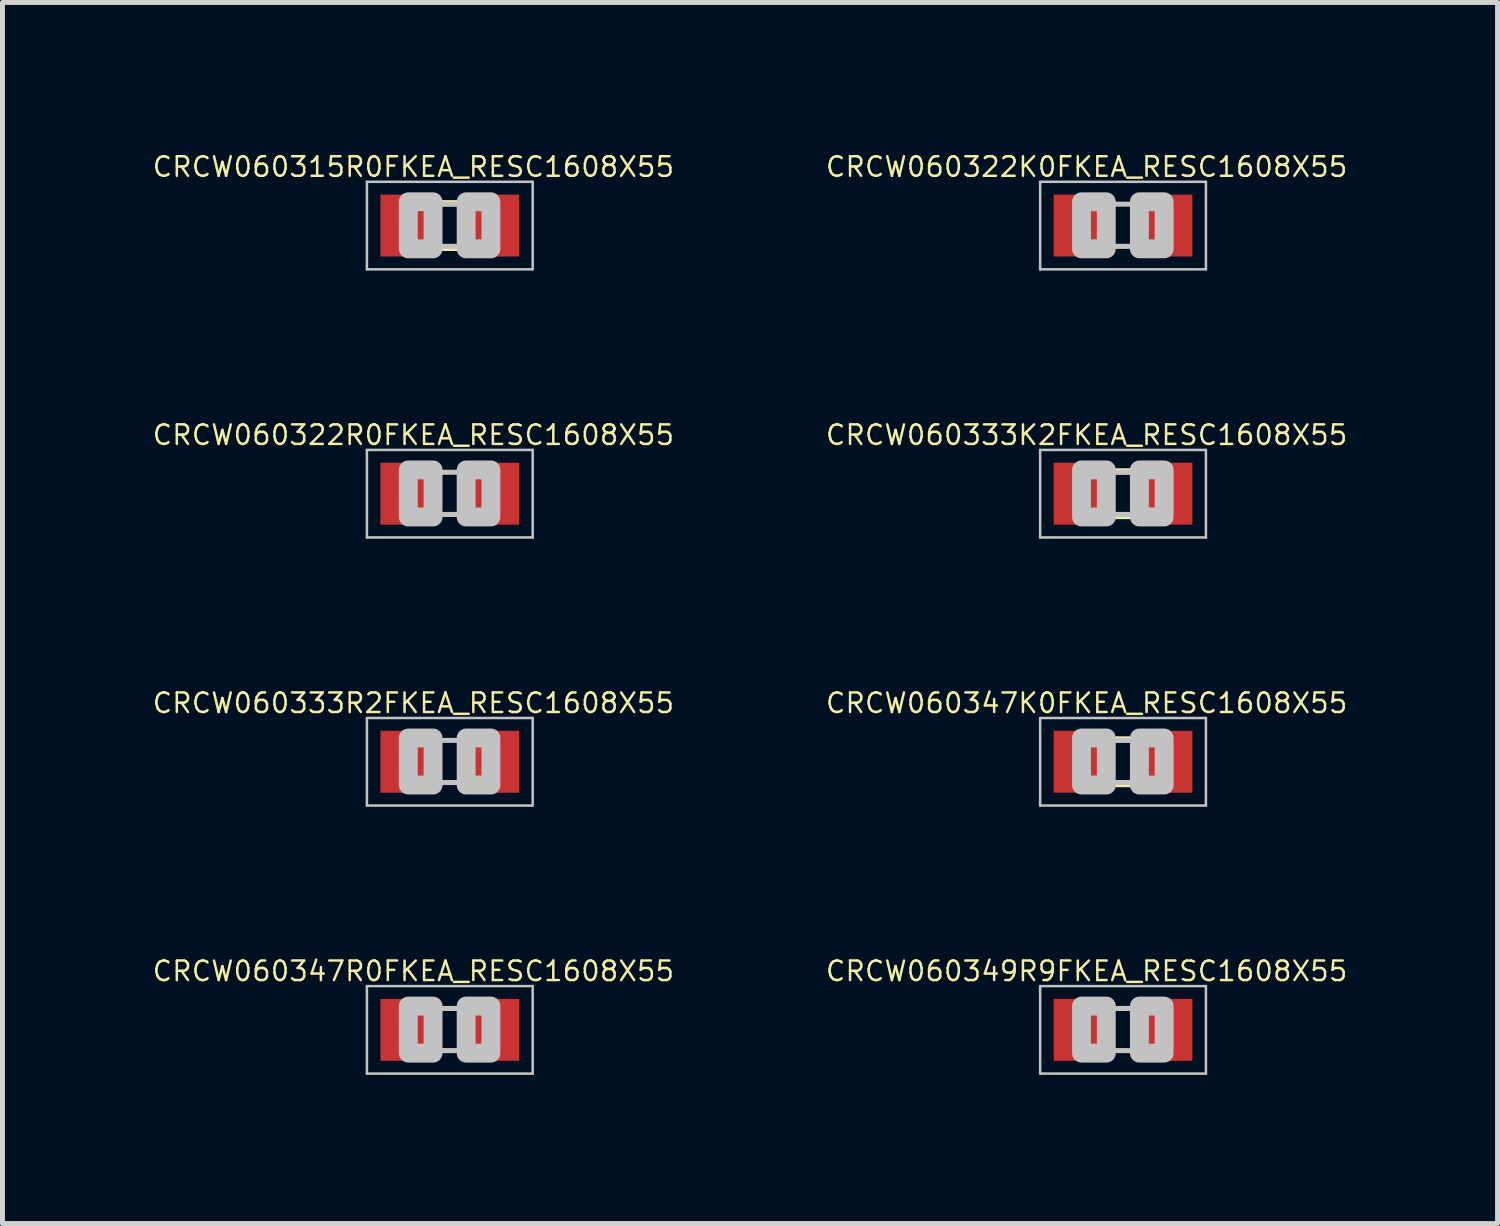
<source format=kicad_pcb>
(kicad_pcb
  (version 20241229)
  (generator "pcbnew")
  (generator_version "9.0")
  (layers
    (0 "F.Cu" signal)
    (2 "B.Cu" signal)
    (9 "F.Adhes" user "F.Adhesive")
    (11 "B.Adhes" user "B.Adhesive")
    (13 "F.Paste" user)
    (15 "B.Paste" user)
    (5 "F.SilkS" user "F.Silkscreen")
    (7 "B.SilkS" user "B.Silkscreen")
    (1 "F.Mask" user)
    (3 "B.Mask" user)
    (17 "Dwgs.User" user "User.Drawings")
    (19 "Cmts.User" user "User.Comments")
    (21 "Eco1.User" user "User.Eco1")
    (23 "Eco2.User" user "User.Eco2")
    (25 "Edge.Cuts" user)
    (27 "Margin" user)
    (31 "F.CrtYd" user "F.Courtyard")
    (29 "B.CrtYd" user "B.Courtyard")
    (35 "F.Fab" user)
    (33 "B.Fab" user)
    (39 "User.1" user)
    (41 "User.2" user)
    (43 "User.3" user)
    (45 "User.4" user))
  (footprint "CRCW060347K0FKEA_RESC1608X55"
    (layer "F.Cu")
    (at 19.618 12.326)
    (property "Reference" "CRCW060347K0FKEA_RESC1608X55" (at -0.735 -1.185 0) (layer "F.SilkS") (effects (font (size 0.394 0.394) (thickness 0.05))))
    (attr smd)
    (fp_line (start -0.15 -0.45) (end 0.15 -0.45) (stroke (width 0.127) (type solid)) (layer "F.SilkS"))
    (fp_line (start -0.15 0.45) (end 0.15 0.45) (stroke (width 0.127) (type solid)) (layer "F.SilkS"))
    (fp_line (start -1.673 -0.883) (end 1.673 -0.883) (stroke (width 0.051) (type solid)) (layer "Dwgs.User"))
    (fp_line (start -1.673 0.883) (end -1.673 -0.883) (stroke (width 0.051) (type solid)) (layer "Dwgs.User"))
    (fp_line (start -0.356 -0.432) (end 0.356 -0.432) (stroke (width 0.102) (type solid)) (layer "Dwgs.User"))
    (fp_line (start -0.356 0.419) (end 0.356 0.419) (stroke (width 0.102) (type solid)) (layer "Dwgs.User"))
    (fp_line (start 1.673 -0.883) (end 1.673 0.883) (stroke (width 0.051) (type solid)) (layer "Dwgs.User"))
    (fp_line (start 1.673 0.883) (end -1.673 0.883) (stroke (width 0.051) (type solid)) (layer "Dwgs.User"))
    (fp_poly (pts (xy -0.838 -0.48) (xy -0.338 -0.48) (xy -0.338 0.47) (xy -0.838 0.47)) (stroke (width 0.381) (type solid)) (fill no) (layer "Dwgs.User"))
    (fp_poly (pts (xy 0.33 -0.48) (xy 0.83 -0.48) (xy 0.83 0.47) (xy 0.33 0.47)) (stroke (width 0.381) (type solid)) (fill no) (layer "Dwgs.User"))
    (pad "1" smd rect (at -0.85 0) (size 1.1 1.25) (layers "F.Cu" "F.Mask" "F.Paste"))
    (pad "2" smd rect (at 0.85 0) (size 1.1 1.25) (layers "F.Cu" "F.Mask" "F.Paste")))
  (footprint "CRCW060333R2FKEA_RESC1608X55"
    (layer "F.Cu")
    (at 6.029 12.326)
    (property "Reference" "CRCW060333R2FKEA_RESC1608X55" (at -0.735 -1.185 0) (layer "F.SilkS") (effects (font (size 0.394 0.394) (thickness 0.05))))
    (attr smd)
    (fp_line (start -1.673 -0.883) (end 1.673 -0.883) (stroke (width 0.051) (type solid)) (layer "Dwgs.User"))
    (fp_line (start -1.673 0.883) (end -1.673 -0.883) (stroke (width 0.051) (type solid)) (layer "Dwgs.User"))
    (fp_line (start -0.356 -0.432) (end 0.356 -0.432) (stroke (width 0.102) (type solid)) (layer "Dwgs.User"))
    (fp_line (start -0.356 0.419) (end 0.356 0.419) (stroke (width 0.102) (type solid)) (layer "Dwgs.User"))
    (fp_line (start 1.673 -0.883) (end 1.673 0.883) (stroke (width 0.051) (type solid)) (layer "Dwgs.User"))
    (fp_line (start 1.673 0.883) (end -1.673 0.883) (stroke (width 0.051) (type solid)) (layer "Dwgs.User"))
    (fp_poly (pts (xy -0.838 -0.48) (xy -0.338 -0.48) (xy -0.338 0.47) (xy -0.838 0.47)) (stroke (width 0.381) (type solid)) (fill no) (layer "Dwgs.User"))
    (fp_poly (pts (xy 0.33 -0.48) (xy 0.83 -0.48) (xy 0.83 0.47) (xy 0.33 0.47)) (stroke (width 0.381) (type solid)) (fill no) (layer "Dwgs.User"))
    (pad "1" smd rect (at -0.85 0) (size 1.1 1.25) (layers "F.Cu" "F.Mask" "F.Paste"))
    (pad "2" smd rect (at 0.85 0) (size 1.1 1.25) (layers "F.Cu" "F.Mask" "F.Paste")))
  (footprint "CRCW060333K2FKEA_RESC1608X55"
    (layer "F.Cu")
    (at 19.618 6.915)
    (property "Reference" "CRCW060333K2FKEA_RESC1608X55" (at -0.735 -1.185 0) (layer "F.SilkS") (effects (font (size 0.394 0.394) (thickness 0.05))))
    (attr smd)
    (fp_line (start -0.15 -0.45) (end 0.15 -0.45) (stroke (width 0.127) (type solid)) (layer "F.SilkS"))
    (fp_line (start -0.15 0.45) (end 0.15 0.45) (stroke (width 0.127) (type solid)) (layer "F.SilkS"))
    (fp_line (start -1.673 -0.883) (end 1.673 -0.883) (stroke (width 0.051) (type solid)) (layer "Dwgs.User"))
    (fp_line (start -1.673 0.883) (end -1.673 -0.883) (stroke (width 0.051) (type solid)) (layer "Dwgs.User"))
    (fp_line (start -0.356 -0.432) (end 0.356 -0.432) (stroke (width 0.102) (type solid)) (layer "Dwgs.User"))
    (fp_line (start -0.356 0.419) (end 0.356 0.419) (stroke (width 0.102) (type solid)) (layer "Dwgs.User"))
    (fp_line (start 1.673 -0.883) (end 1.673 0.883) (stroke (width 0.051) (type solid)) (layer "Dwgs.User"))
    (fp_line (start 1.673 0.883) (end -1.673 0.883) (stroke (width 0.051) (type solid)) (layer "Dwgs.User"))
    (fp_poly (pts (xy -0.838 -0.48) (xy -0.338 -0.48) (xy -0.338 0.47) (xy -0.838 0.47)) (stroke (width 0.381) (type solid)) (fill no) (layer "Dwgs.User"))
    (fp_poly (pts (xy 0.33 -0.48) (xy 0.83 -0.48) (xy 0.83 0.47) (xy 0.33 0.47)) (stroke (width 0.381) (type solid)) (fill no) (layer "Dwgs.User"))
    (pad "1" smd rect (at -0.85 0) (size 1.1 1.25) (layers "F.Cu" "F.Mask" "F.Paste"))
    (pad "2" smd rect (at 0.85 0) (size 1.1 1.25) (layers "F.Cu" "F.Mask" "F.Paste")))
  (footprint "CRCW060347R0FKEA_RESC1608X55"
    (layer "F.Cu")
    (at 6.029 17.737)
    (property "Reference" "CRCW060347R0FKEA_RESC1608X55" (at -0.735 -1.185 0) (layer "F.SilkS") (effects (font (size 0.394 0.394) (thickness 0.05))))
    (attr smd)
    (fp_line (start -1.673 -0.883) (end 1.673 -0.883) (stroke (width 0.051) (type solid)) (layer "Dwgs.User"))
    (fp_line (start -1.673 0.883) (end -1.673 -0.883) (stroke (width 0.051) (type solid)) (layer "Dwgs.User"))
    (fp_line (start -0.356 -0.432) (end 0.356 -0.432) (stroke (width 0.102) (type solid)) (layer "Dwgs.User"))
    (fp_line (start -0.356 0.419) (end 0.356 0.419) (stroke (width 0.102) (type solid)) (layer "Dwgs.User"))
    (fp_line (start 1.673 -0.883) (end 1.673 0.883) (stroke (width 0.051) (type solid)) (layer "Dwgs.User"))
    (fp_line (start 1.673 0.883) (end -1.673 0.883) (stroke (width 0.051) (type solid)) (layer "Dwgs.User"))
    (fp_poly (pts (xy -0.838 -0.48) (xy -0.338 -0.48) (xy -0.338 0.47) (xy -0.838 0.47)) (stroke (width 0.381) (type solid)) (fill no) (layer "Dwgs.User"))
    (fp_poly (pts (xy 0.33 -0.48) (xy 0.83 -0.48) (xy 0.83 0.47) (xy 0.33 0.47)) (stroke (width 0.381) (type solid)) (fill no) (layer "Dwgs.User"))
    (pad "1" smd rect (at -0.85 0) (size 1.1 1.25) (layers "F.Cu" "F.Mask" "F.Paste"))
    (pad "2" smd rect (at 0.85 0) (size 1.1 1.25) (layers "F.Cu" "F.Mask" "F.Paste")))
  (footprint "CRCW060349R9FKEA_RESC1608X55"
    (layer "F.Cu")
    (at 19.618 17.737)
    (property "Reference" "CRCW060349R9FKEA_RESC1608X55" (at -0.735 -1.185 0) (layer "F.SilkS") (effects (font (size 0.394 0.394) (thickness 0.05))))
    (attr smd)
    (fp_line (start -1.673 -0.883) (end 1.673 -0.883) (stroke (width 0.051) (type solid)) (layer "Dwgs.User"))
    (fp_line (start -1.673 0.883) (end -1.673 -0.883) (stroke (width 0.051) (type solid)) (layer "Dwgs.User"))
    (fp_line (start -0.356 -0.432) (end 0.356 -0.432) (stroke (width 0.102) (type solid)) (layer "Dwgs.User"))
    (fp_line (start -0.356 0.419) (end 0.356 0.419) (stroke (width 0.102) (type solid)) (layer "Dwgs.User"))
    (fp_line (start 1.673 -0.883) (end 1.673 0.883) (stroke (width 0.051) (type solid)) (layer "Dwgs.User"))
    (fp_line (start 1.673 0.883) (end -1.673 0.883) (stroke (width 0.051) (type solid)) (layer "Dwgs.User"))
    (fp_poly (pts (xy -0.838 -0.48) (xy -0.338 -0.48) (xy -0.338 0.47) (xy -0.838 0.47)) (stroke (width 0.381) (type solid)) (fill no) (layer "Dwgs.User"))
    (fp_poly (pts (xy 0.33 -0.48) (xy 0.83 -0.48) (xy 0.83 0.47) (xy 0.33 0.47)) (stroke (width 0.381) (type solid)) (fill no) (layer "Dwgs.User"))
    (pad "1" smd rect (at -0.85 0) (size 1.1 1.25) (layers "F.Cu" "F.Mask" "F.Paste"))
    (pad "2" smd rect (at 0.85 0) (size 1.1 1.25) (layers "F.Cu" "F.Mask" "F.Paste")))
  (footprint "CRCW060315R0FKEA_RESC1608X55"
    (layer "F.Cu")
    (at 6.029 1.503)
    (property "Reference" "CRCW060315R0FKEA_RESC1608X55" (at -0.735 -1.185 0) (layer "F.SilkS") (effects (font (size 0.394 0.394) (thickness 0.05))))
    (attr smd)
    (fp_line (start -0.15 -0.45) (end 0.15 -0.45) (stroke (width 0.127) (type solid)) (layer "F.SilkS"))
    (fp_line (start -0.15 0.45) (end 0.15 0.45) (stroke (width 0.127) (type solid)) (layer "F.SilkS"))
    (fp_line (start -1.673 -0.883) (end 1.673 -0.883) (stroke (width 0.051) (type solid)) (layer "Dwgs.User"))
    (fp_line (start -1.673 0.883) (end -1.673 -0.883) (stroke (width 0.051) (type solid)) (layer "Dwgs.User"))
    (fp_line (start -0.356 -0.432) (end 0.356 -0.432) (stroke (width 0.102) (type solid)) (layer "Dwgs.User"))
    (fp_line (start -0.356 0.419) (end 0.356 0.419) (stroke (width 0.102) (type solid)) (layer "Dwgs.User"))
    (fp_line (start 1.673 -0.883) (end 1.673 0.883) (stroke (width 0.051) (type solid)) (layer "Dwgs.User"))
    (fp_line (start 1.673 0.883) (end -1.673 0.883) (stroke (width 0.051) (type solid)) (layer "Dwgs.User"))
    (fp_poly (pts (xy -0.838 -0.48) (xy -0.338 -0.48) (xy -0.338 0.47) (xy -0.838 0.47)) (stroke (width 0.381) (type solid)) (fill no) (layer "Dwgs.User"))
    (fp_poly (pts (xy 0.33 -0.48) (xy 0.83 -0.48) (xy 0.83 0.47) (xy 0.33 0.47)) (stroke (width 0.381) (type solid)) (fill no) (layer "Dwgs.User"))
    (pad "1" smd rect (at -0.85 0) (size 1.1 1.25) (layers "F.Cu" "F.Mask" "F.Paste"))
    (pad "2" smd rect (at 0.85 0) (size 1.1 1.25) (layers "F.Cu" "F.Mask" "F.Paste")))
  (footprint "CRCW060322K0FKEA_RESC1608X55"
    (layer "F.Cu")
    (at 19.618 1.503)
    (property "Reference" "CRCW060322K0FKEA_RESC1608X55" (at -0.735 -1.185 0) (layer "F.SilkS") (effects (font (size 0.394 0.394) (thickness 0.05))))
    (attr smd)
    (fp_line (start -1.673 -0.883) (end 1.673 -0.883) (stroke (width 0.051) (type solid)) (layer "Dwgs.User"))
    (fp_line (start -1.673 0.883) (end -1.673 -0.883) (stroke (width 0.051) (type solid)) (layer "Dwgs.User"))
    (fp_line (start -0.356 -0.432) (end 0.356 -0.432) (stroke (width 0.102) (type solid)) (layer "Dwgs.User"))
    (fp_line (start -0.356 0.419) (end 0.356 0.419) (stroke (width 0.102) (type solid)) (layer "Dwgs.User"))
    (fp_line (start 1.673 -0.883) (end 1.673 0.883) (stroke (width 0.051) (type solid)) (layer "Dwgs.User"))
    (fp_line (start 1.673 0.883) (end -1.673 0.883) (stroke (width 0.051) (type solid)) (layer "Dwgs.User"))
    (fp_poly (pts (xy -0.838 -0.48) (xy -0.338 -0.48) (xy -0.338 0.47) (xy -0.838 0.47)) (stroke (width 0.381) (type solid)) (fill no) (layer "Dwgs.User"))
    (fp_poly (pts (xy 0.33 -0.48) (xy 0.83 -0.48) (xy 0.83 0.47) (xy 0.33 0.47)) (stroke (width 0.381) (type solid)) (fill no) (layer "Dwgs.User"))
    (pad "1" smd rect (at -0.85 0) (size 1.1 1.25) (layers "F.Cu" "F.Mask" "F.Paste"))
    (pad "2" smd rect (at 0.85 0) (size 1.1 1.25) (layers "F.Cu" "F.Mask" "F.Paste")))
  (footprint "CRCW060322R0FKEA_RESC1608X55"
    (layer "F.Cu")
    (at 6.029 6.915)
    (property "Reference" "CRCW060322R0FKEA_RESC1608X55" (at -0.735 -1.185 0) (layer "F.SilkS") (effects (font (size 0.394 0.394) (thickness 0.05))))
    (attr smd)
    (fp_line (start -1.673 -0.883) (end 1.673 -0.883) (stroke (width 0.051) (type solid)) (layer "Dwgs.User"))
    (fp_line (start -1.673 0.883) (end -1.673 -0.883) (stroke (width 0.051) (type solid)) (layer "Dwgs.User"))
    (fp_line (start -0.356 -0.432) (end 0.356 -0.432) (stroke (width 0.102) (type solid)) (layer "Dwgs.User"))
    (fp_line (start -0.356 0.419) (end 0.356 0.419) (stroke (width 0.102) (type solid)) (layer "Dwgs.User"))
    (fp_line (start 1.673 -0.883) (end 1.673 0.883) (stroke (width 0.051) (type solid)) (layer "Dwgs.User"))
    (fp_line (start 1.673 0.883) (end -1.673 0.883) (stroke (width 0.051) (type solid)) (layer "Dwgs.User"))
    (fp_poly (pts (xy -0.838 -0.48) (xy -0.338 -0.48) (xy -0.338 0.47) (xy -0.838 0.47)) (stroke (width 0.381) (type solid)) (fill no) (layer "Dwgs.User"))
    (fp_poly (pts (xy 0.33 -0.48) (xy 0.83 -0.48) (xy 0.83 0.47) (xy 0.33 0.47)) (stroke (width 0.381) (type solid)) (fill no) (layer "Dwgs.User"))
    (pad "1" smd rect (at -0.85 0) (size 1.1 1.25) (layers "F.Cu" "F.Mask" "F.Paste"))
    (pad "2" smd rect (at 0.85 0) (size 1.1 1.25) (layers "F.Cu" "F.Mask" "F.Paste")))
  (gr_rect
    (start -3 -3)
    (end 27.177 21.646)
    (stroke (width 0.1) (type default))
    (fill no)
    (layer "Edge.Cuts")))
</source>
